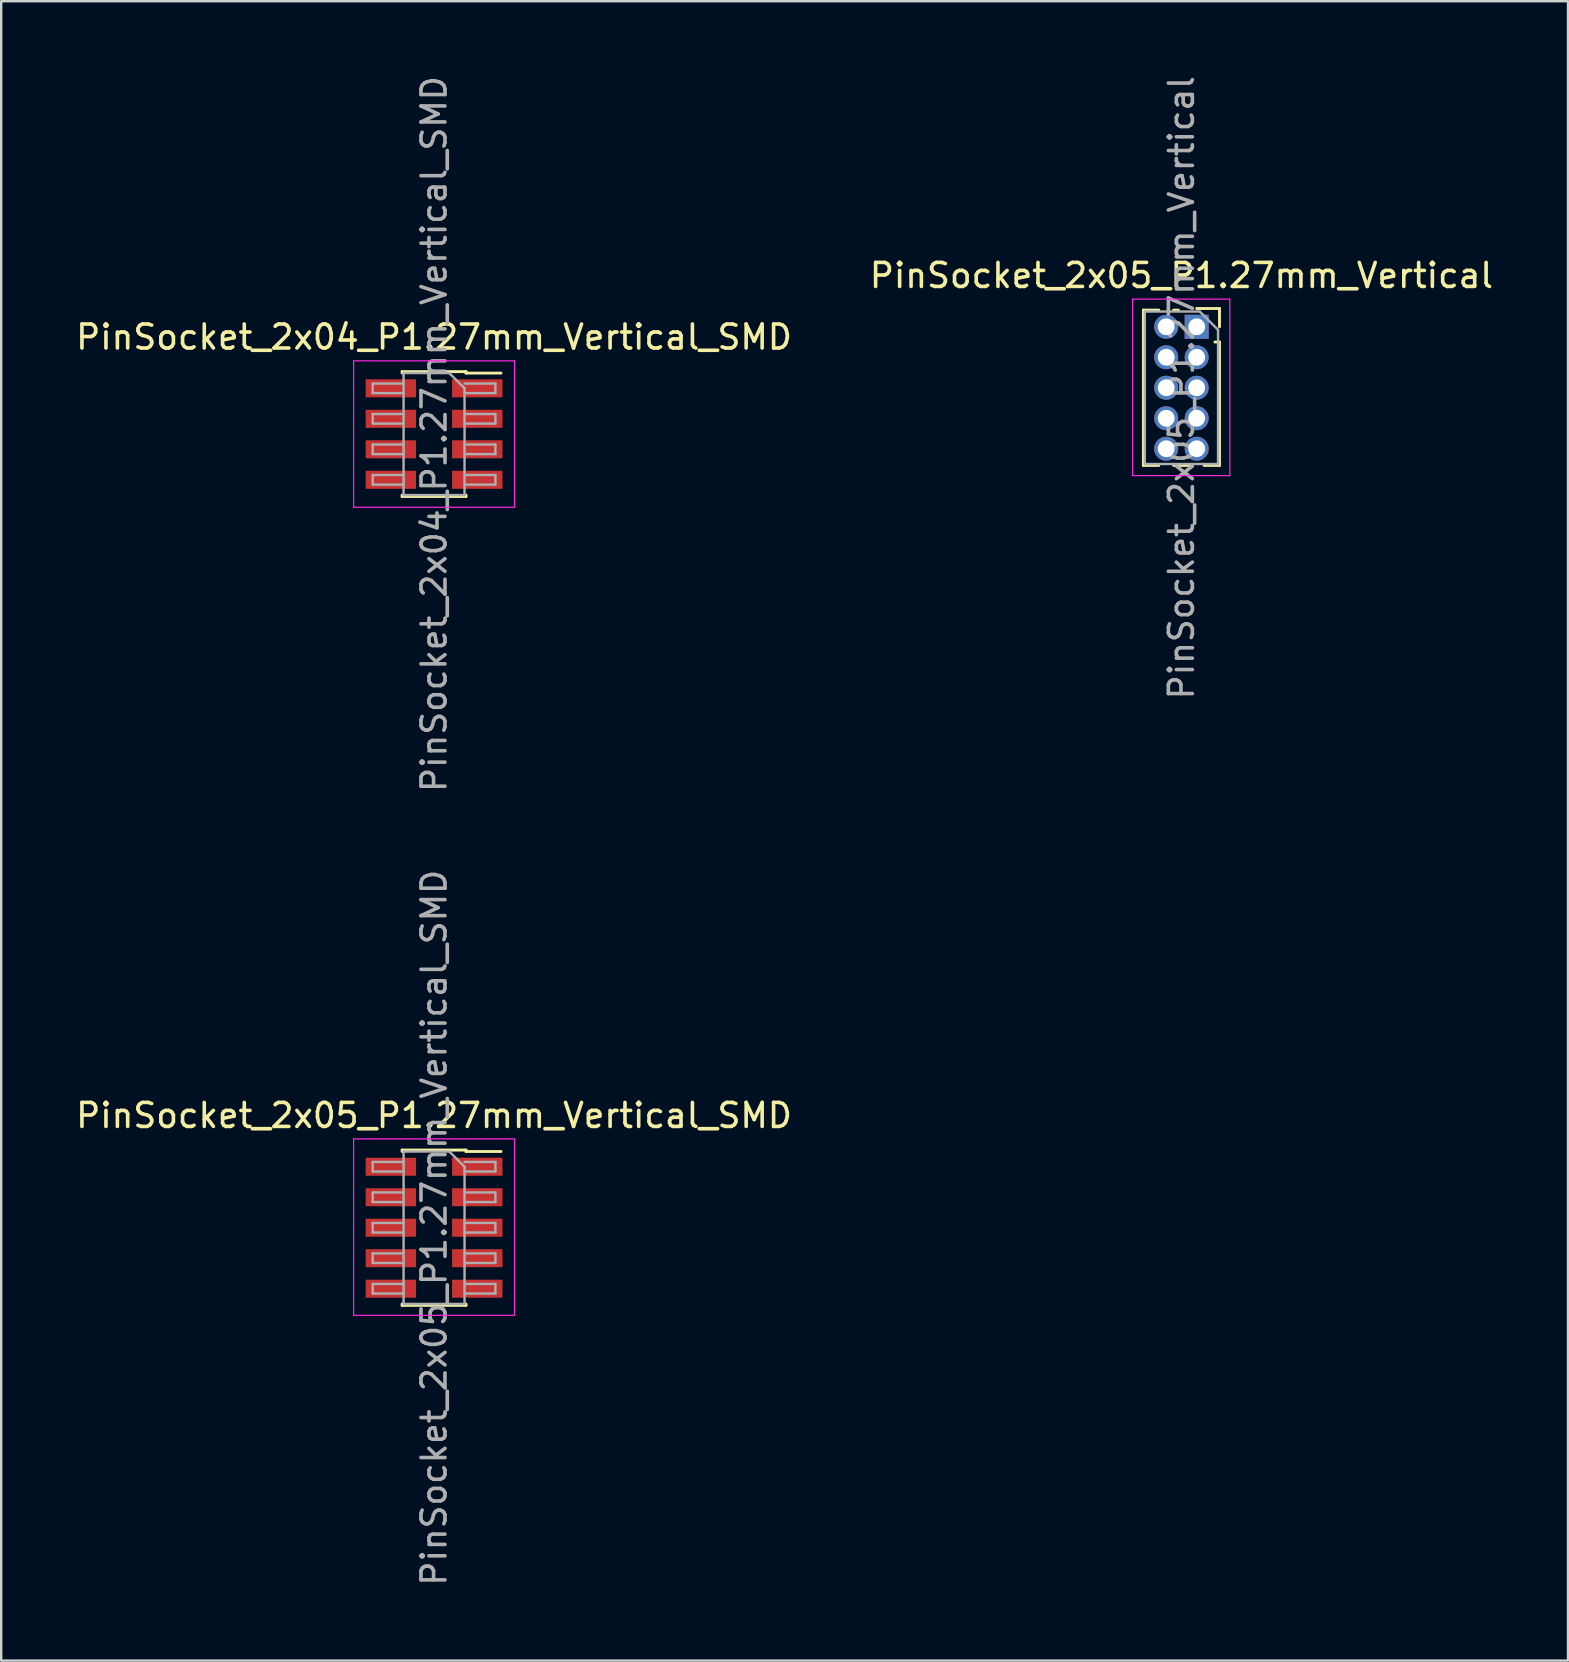
<source format=kicad_pcb>
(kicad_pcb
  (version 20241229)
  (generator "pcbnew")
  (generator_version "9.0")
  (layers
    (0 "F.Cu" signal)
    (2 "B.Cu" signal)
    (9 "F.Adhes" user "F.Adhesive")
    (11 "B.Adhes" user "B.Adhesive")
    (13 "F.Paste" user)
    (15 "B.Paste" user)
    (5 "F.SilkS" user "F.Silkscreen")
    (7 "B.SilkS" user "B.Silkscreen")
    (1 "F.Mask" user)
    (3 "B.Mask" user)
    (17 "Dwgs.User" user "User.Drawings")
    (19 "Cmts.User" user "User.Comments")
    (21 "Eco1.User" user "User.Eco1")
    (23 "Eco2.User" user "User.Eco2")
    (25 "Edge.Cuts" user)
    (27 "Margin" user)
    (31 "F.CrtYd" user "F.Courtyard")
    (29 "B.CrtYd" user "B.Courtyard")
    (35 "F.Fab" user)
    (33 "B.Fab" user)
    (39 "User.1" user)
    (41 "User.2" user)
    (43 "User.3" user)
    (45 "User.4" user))
  (footprint "PinSocket_2x04_P1.27mm_Vertical_SMD"
    (layer "F.Cu")
    (at 15.03 15.03)
    (property "Reference" "PinSocket_2x04_P1.27mm_Vertical_SMD" (at 0 -4.04 0) (layer "F.SilkS") (effects (font (size 1 1) (thickness 0.15))))
    (attr smd)
    (fp_line (start -1.33 -2.6) (end -1.33 -2.54) (stroke (width 0.12) (type solid)) (layer "F.SilkS"))
    (fp_line (start -1.33 -2.6) (end 1.33 -2.6) (stroke (width 0.12) (type solid)) (layer "F.SilkS"))
    (fp_line (start -1.33 2.54) (end -1.33 2.6) (stroke (width 0.12) (type solid)) (layer "F.SilkS"))
    (fp_line (start -1.33 2.6) (end 1.33 2.6) (stroke (width 0.12) (type solid)) (layer "F.SilkS"))
    (fp_line (start 1.33 -2.6) (end 1.33 -2.54) (stroke (width 0.12) (type solid)) (layer "F.SilkS"))
    (fp_line (start 1.33 -2.54) (end 2.79 -2.54) (stroke (width 0.12) (type solid)) (layer "F.SilkS"))
    (fp_line (start 1.33 2.54) (end 1.33 2.6) (stroke (width 0.12) (type solid)) (layer "F.SilkS"))
    (fp_line (start -3.35 -3.05) (end 3.35 -3.05) (stroke (width 0.05) (type solid)) (layer "F.CrtYd"))
    (fp_line (start -3.35 3.05) (end -3.35 -3.05) (stroke (width 0.05) (type solid)) (layer "F.CrtYd"))
    (fp_line (start 3.35 -3.05) (end 3.35 3.05) (stroke (width 0.05) (type solid)) (layer "F.CrtYd"))
    (fp_line (start 3.35 3.05) (end -3.35 3.05) (stroke (width 0.05) (type solid)) (layer "F.CrtYd"))
    (fp_line (start -2.555 -2.105) (end -1.27 -2.105) (stroke (width 0.1) (type solid)) (layer "F.Fab"))
    (fp_line (start -2.555 -1.705) (end -2.555 -2.105) (stroke (width 0.1) (type solid)) (layer "F.Fab"))
    (fp_line (start -2.555 -0.835) (end -1.27 -0.835) (stroke (width 0.1) (type solid)) (layer "F.Fab"))
    (fp_line (start -2.555 -0.435) (end -2.555 -0.835) (stroke (width 0.1) (type solid)) (layer "F.Fab"))
    (fp_line (start -2.555 0.435) (end -1.27 0.435) (stroke (width 0.1) (type solid)) (layer "F.Fab"))
    (fp_line (start -2.555 0.835) (end -2.555 0.435) (stroke (width 0.1) (type solid)) (layer "F.Fab"))
    (fp_line (start -2.555 1.705) (end -1.27 1.705) (stroke (width 0.1) (type solid)) (layer "F.Fab"))
    (fp_line (start -2.555 2.105) (end -2.555 1.705) (stroke (width 0.1) (type solid)) (layer "F.Fab"))
    (fp_line (start -1.27 -2.54) (end 0.635 -2.54) (stroke (width 0.1) (type solid)) (layer "F.Fab"))
    (fp_line (start -1.27 -1.705) (end -2.555 -1.705) (stroke (width 0.1) (type solid)) (layer "F.Fab"))
    (fp_line (start -1.27 -0.435) (end -2.555 -0.435) (stroke (width 0.1) (type solid)) (layer "F.Fab"))
    (fp_line (start -1.27 0.835) (end -2.555 0.835) (stroke (width 0.1) (type solid)) (layer "F.Fab"))
    (fp_line (start -1.27 2.105) (end -2.555 2.105) (stroke (width 0.1) (type solid)) (layer "F.Fab"))
    (fp_line (start -1.27 2.54) (end -1.27 -2.54) (stroke (width 0.1) (type solid)) (layer "F.Fab"))
    (fp_line (start 0.635 -2.54) (end 1.27 -1.905) (stroke (width 0.1) (type solid)) (layer "F.Fab"))
    (fp_line (start 1.27 -2.105) (end 2.555 -2.105) (stroke (width 0.1) (type solid)) (layer "F.Fab"))
    (fp_line (start 1.27 -1.905) (end 1.27 2.54) (stroke (width 0.1) (type solid)) (layer "F.Fab"))
    (fp_line (start 1.27 -0.835) (end 2.555 -0.835) (stroke (width 0.1) (type solid)) (layer "F.Fab"))
    (fp_line (start 1.27 0.435) (end 2.555 0.435) (stroke (width 0.1) (type solid)) (layer "F.Fab"))
    (fp_line (start 1.27 1.705) (end 2.555 1.705) (stroke (width 0.1) (type solid)) (layer "F.Fab"))
    (fp_line (start 1.27 2.54) (end -1.27 2.54) (stroke (width 0.1) (type solid)) (layer "F.Fab"))
    (fp_line (start 2.555 -2.105) (end 2.555 -1.705) (stroke (width 0.1) (type solid)) (layer "F.Fab"))
    (fp_line (start 2.555 -1.705) (end 1.27 -1.705) (stroke (width 0.1) (type solid)) (layer "F.Fab"))
    (fp_line (start 2.555 -0.835) (end 2.555 -0.435) (stroke (width 0.1) (type solid)) (layer "F.Fab"))
    (fp_line (start 2.555 -0.435) (end 1.27 -0.435) (stroke (width 0.1) (type solid)) (layer "F.Fab"))
    (fp_line (start 2.555 0.435) (end 2.555 0.835) (stroke (width 0.1) (type solid)) (layer "F.Fab"))
    (fp_line (start 2.555 0.835) (end 1.27 0.835) (stroke (width 0.1) (type solid)) (layer "F.Fab"))
    (fp_line (start 2.555 1.705) (end 2.555 2.105) (stroke (width 0.1) (type solid)) (layer "F.Fab"))
    (fp_line (start 2.555 2.105) (end 1.27 2.105) (stroke (width 0.1) (type solid)) (layer "F.Fab"))
    (fp_text user "${REFERENCE}" (at 0 0 90) (layer "F.Fab") (effects (font (size 1 1) (thickness 0.15))))
    (pad "1" smd rect (at 1.8 -1.905) (size 2.1 0.75) (layers "F.Cu" "F.Mask" "F.Paste"))
    (pad "2" smd rect (at -1.8 -1.905) (size 2.1 0.75) (layers "F.Cu" "F.Mask" "F.Paste"))
    (pad "3" smd rect (at 1.8 -0.635) (size 2.1 0.75) (layers "F.Cu" "F.Mask" "F.Paste"))
    (pad "4" smd rect (at -1.8 -0.635) (size 2.1 0.75) (layers "F.Cu" "F.Mask" "F.Paste"))
    (pad "5" smd rect (at 1.8 0.635) (size 2.1 0.75) (layers "F.Cu" "F.Mask" "F.Paste"))
    (pad "6" smd rect (at -1.8 0.635) (size 2.1 0.75) (layers "F.Cu" "F.Mask" "F.Paste"))
    (pad "7" smd rect (at 1.8 1.905) (size 2.1 0.75) (layers "F.Cu" "F.Mask" "F.Paste"))
    (pad "8" smd rect (at -1.8 1.905) (size 2.1 0.75) (layers "F.Cu" "F.Mask" "F.Paste")))
  (footprint "PinSocket_2x05_P1.27mm_Vertical_SMD"
    (layer "F.Cu")
    (at 15.03 48.089)
    (property "Reference" "PinSocket_2x05_P1.27mm_Vertical_SMD" (at 0 -4.675 0) (layer "F.SilkS") (effects (font (size 1 1) (thickness 0.15))))
    (attr smd)
    (fp_line (start -1.33 -3.235) (end -1.33 -3.175) (stroke (width 0.12) (type solid)) (layer "F.SilkS"))
    (fp_line (start -1.33 -3.235) (end 1.33 -3.235) (stroke (width 0.12) (type solid)) (layer "F.SilkS"))
    (fp_line (start -1.33 3.175) (end -1.33 3.235) (stroke (width 0.12) (type solid)) (layer "F.SilkS"))
    (fp_line (start -1.33 3.235) (end 1.33 3.235) (stroke (width 0.12) (type solid)) (layer "F.SilkS"))
    (fp_line (start 1.33 -3.235) (end 1.33 -3.175) (stroke (width 0.12) (type solid)) (layer "F.SilkS"))
    (fp_line (start 1.33 -3.175) (end 2.79 -3.175) (stroke (width 0.12) (type solid)) (layer "F.SilkS"))
    (fp_line (start 1.33 3.175) (end 1.33 3.235) (stroke (width 0.12) (type solid)) (layer "F.SilkS"))
    (fp_line (start -3.35 -3.7) (end 3.35 -3.7) (stroke (width 0.05) (type solid)) (layer "F.CrtYd"))
    (fp_line (start -3.35 3.65) (end -3.35 -3.7) (stroke (width 0.05) (type solid)) (layer "F.CrtYd"))
    (fp_line (start 3.35 -3.7) (end 3.35 3.65) (stroke (width 0.05) (type solid)) (layer "F.CrtYd"))
    (fp_line (start 3.35 3.65) (end -3.35 3.65) (stroke (width 0.05) (type solid)) (layer "F.CrtYd"))
    (fp_line (start -2.555 -2.74) (end -1.27 -2.74) (stroke (width 0.1) (type solid)) (layer "F.Fab"))
    (fp_line (start -2.555 -2.34) (end -2.555 -2.74) (stroke (width 0.1) (type solid)) (layer "F.Fab"))
    (fp_line (start -2.555 -1.47) (end -1.27 -1.47) (stroke (width 0.1) (type solid)) (layer "F.Fab"))
    (fp_line (start -2.555 -1.07) (end -2.555 -1.47) (stroke (width 0.1) (type solid)) (layer "F.Fab"))
    (fp_line (start -2.555 -0.2) (end -1.27 -0.2) (stroke (width 0.1) (type solid)) (layer "F.Fab"))
    (fp_line (start -2.555 0.2) (end -2.555 -0.2) (stroke (width 0.1) (type solid)) (layer "F.Fab"))
    (fp_line (start -2.555 1.07) (end -1.27 1.07) (stroke (width 0.1) (type solid)) (layer "F.Fab"))
    (fp_line (start -2.555 1.47) (end -2.555 1.07) (stroke (width 0.1) (type solid)) (layer "F.Fab"))
    (fp_line (start -2.555 2.34) (end -1.27 2.34) (stroke (width 0.1) (type solid)) (layer "F.Fab"))
    (fp_line (start -2.555 2.74) (end -2.555 2.34) (stroke (width 0.1) (type solid)) (layer "F.Fab"))
    (fp_line (start -1.27 -3.175) (end 0.635 -3.175) (stroke (width 0.1) (type solid)) (layer "F.Fab"))
    (fp_line (start -1.27 -2.34) (end -2.555 -2.34) (stroke (width 0.1) (type solid)) (layer "F.Fab"))
    (fp_line (start -1.27 -1.07) (end -2.555 -1.07) (stroke (width 0.1) (type solid)) (layer "F.Fab"))
    (fp_line (start -1.27 0.2) (end -2.555 0.2) (stroke (width 0.1) (type solid)) (layer "F.Fab"))
    (fp_line (start -1.27 1.47) (end -2.555 1.47) (stroke (width 0.1) (type solid)) (layer "F.Fab"))
    (fp_line (start -1.27 2.74) (end -2.555 2.74) (stroke (width 0.1) (type solid)) (layer "F.Fab"))
    (fp_line (start -1.27 3.175) (end -1.27 -3.175) (stroke (width 0.1) (type solid)) (layer "F.Fab"))
    (fp_line (start 0.635 -3.175) (end 1.27 -2.54) (stroke (width 0.1) (type solid)) (layer "F.Fab"))
    (fp_line (start 1.27 -2.74) (end 2.555 -2.74) (stroke (width 0.1) (type solid)) (layer "F.Fab"))
    (fp_line (start 1.27 -2.54) (end 1.27 3.175) (stroke (width 0.1) (type solid)) (layer "F.Fab"))
    (fp_line (start 1.27 -1.47) (end 2.555 -1.47) (stroke (width 0.1) (type solid)) (layer "F.Fab"))
    (fp_line (start 1.27 -0.2) (end 2.555 -0.2) (stroke (width 0.1) (type solid)) (layer "F.Fab"))
    (fp_line (start 1.27 1.07) (end 2.555 1.07) (stroke (width 0.1) (type solid)) (layer "F.Fab"))
    (fp_line (start 1.27 2.34) (end 2.555 2.34) (stroke (width 0.1) (type solid)) (layer "F.Fab"))
    (fp_line (start 1.27 3.175) (end -1.27 3.175) (stroke (width 0.1) (type solid)) (layer "F.Fab"))
    (fp_line (start 2.555 -2.74) (end 2.555 -2.34) (stroke (width 0.1) (type solid)) (layer "F.Fab"))
    (fp_line (start 2.555 -2.34) (end 1.27 -2.34) (stroke (width 0.1) (type solid)) (layer "F.Fab"))
    (fp_line (start 2.555 -1.47) (end 2.555 -1.07) (stroke (width 0.1) (type solid)) (layer "F.Fab"))
    (fp_line (start 2.555 -1.07) (end 1.27 -1.07) (stroke (width 0.1) (type solid)) (layer "F.Fab"))
    (fp_line (start 2.555 -0.2) (end 2.555 0.2) (stroke (width 0.1) (type solid)) (layer "F.Fab"))
    (fp_line (start 2.555 0.2) (end 1.27 0.2) (stroke (width 0.1) (type solid)) (layer "F.Fab"))
    (fp_line (start 2.555 1.07) (end 2.555 1.47) (stroke (width 0.1) (type solid)) (layer "F.Fab"))
    (fp_line (start 2.555 1.47) (end 1.27 1.47) (stroke (width 0.1) (type solid)) (layer "F.Fab"))
    (fp_line (start 2.555 2.34) (end 2.555 2.74) (stroke (width 0.1) (type solid)) (layer "F.Fab"))
    (fp_line (start 2.555 2.74) (end 1.27 2.74) (stroke (width 0.1) (type solid)) (layer "F.Fab"))
    (fp_text user "${REFERENCE}" (at 0 0 90) (layer "F.Fab") (effects (font (size 1 1) (thickness 0.15))))
    (pad "1" smd rect (at 1.8 -2.54) (size 2.1 0.75) (layers "F.Cu" "F.Mask" "F.Paste"))
    (pad "2" smd rect (at -1.8 -2.54) (size 2.1 0.75) (layers "F.Cu" "F.Mask" "F.Paste"))
    (pad "3" smd rect (at 1.8 -1.27) (size 2.1 0.75) (layers "F.Cu" "F.Mask" "F.Paste"))
    (pad "4" smd rect (at -1.8 -1.27) (size 2.1 0.75) (layers "F.Cu" "F.Mask" "F.Paste"))
    (pad "5" smd rect (at 1.8 0) (size 2.1 0.75) (layers "F.Cu" "F.Mask" "F.Paste"))
    (pad "6" smd rect (at -1.8 0) (size 2.1 0.75) (layers "F.Cu" "F.Mask" "F.Paste"))
    (pad "7" smd rect (at 1.8 1.27) (size 2.1 0.75) (layers "F.Cu" "F.Mask" "F.Paste"))
    (pad "8" smd rect (at -1.8 1.27) (size 2.1 0.75) (layers "F.Cu" "F.Mask" "F.Paste"))
    (pad "9" smd rect (at 1.8 2.54) (size 2.1 0.75) (layers "F.Cu" "F.Mask" "F.Paste"))
    (pad "10" smd rect (at -1.8 2.54) (size 2.1 0.75) (layers "F.Cu" "F.Mask" "F.Paste")))
  (footprint "PinSocket_2x05_P1.27mm_Vertical"
    (layer "F.Cu")
    (at 46.796 10.561)
    (property "Reference" "PinSocket_2x05_P1.27mm_Vertical" (at -0.635 -2.135 0) (layer "F.SilkS") (effects (font (size 1 1) (thickness 0.15))))
    (attr through_hole)
    (fp_line (start -2.22 -0.695) (end -2.22 5.775) (stroke (width 0.12) (type solid)) (layer "F.SilkS"))
    (fp_line (start -2.22 -0.695) (end -1.578 -0.695) (stroke (width 0.12) (type solid)) (layer "F.SilkS"))
    (fp_line (start -2.22 5.775) (end -1.578 5.775) (stroke (width 0.12) (type solid)) (layer "F.SilkS"))
    (fp_line (start -0.962 -0.695) (end -0.76 -0.695) (stroke (width 0.12) (type solid)) (layer "F.SilkS"))
    (fp_line (start -0.962 5.775) (end -0.308 5.775) (stroke (width 0.12) (type solid)) (layer "F.SilkS"))
    (fp_line (start 0 -0.76) (end 0.95 -0.76) (stroke (width 0.12) (type solid)) (layer "F.SilkS"))
    (fp_line (start 0.308 5.775) (end 0.95 5.775) (stroke (width 0.12) (type solid)) (layer "F.SilkS"))
    (fp_line (start 0.76 0.635) (end 0.95 0.635) (stroke (width 0.12) (type solid)) (layer "F.SilkS"))
    (fp_line (start 0.95 -0.76) (end 0.95 0) (stroke (width 0.12) (type solid)) (layer "F.SilkS"))
    (fp_line (start 0.95 0.635) (end 0.95 5.775) (stroke (width 0.12) (type solid)) (layer "F.SilkS"))
    (fp_line (start -2.67 -1.15) (end 1.38 -1.15) (stroke (width 0.05) (type solid)) (layer "F.CrtYd"))
    (fp_line (start -2.67 6.2) (end -2.67 -1.15) (stroke (width 0.05) (type solid)) (layer "F.CrtYd"))
    (fp_line (start 1.38 -1.15) (end 1.38 6.2) (stroke (width 0.05) (type solid)) (layer "F.CrtYd"))
    (fp_line (start 1.38 6.2) (end -2.67 6.2) (stroke (width 0.05) (type solid)) (layer "F.CrtYd"))
    (fp_line (start -2.16 -0.635) (end 0.128 -0.635) (stroke (width 0.1) (type solid)) (layer "F.Fab"))
    (fp_line (start -2.16 5.715) (end -2.16 -0.635) (stroke (width 0.1) (type solid)) (layer "F.Fab"))
    (fp_line (start 0.128 -0.635) (end 0.89 0.128) (stroke (width 0.1) (type solid)) (layer "F.Fab"))
    (fp_line (start 0.89 0.128) (end 0.89 5.715) (stroke (width 0.1) (type solid)) (layer "F.Fab"))
    (fp_line (start 0.89 5.715) (end -2.16 5.715) (stroke (width 0.1) (type solid)) (layer "F.Fab"))
    (fp_text user "${REFERENCE}" (at -0.635 2.54 90) (layer "F.Fab") (effects (font (size 1 1) (thickness 0.15))))
    (pad "1" thru_hole rect (at 0 0) (size 1 1) (drill 0.7) (layers "*.Cu" "*.Mask"))
    (pad "2" thru_hole oval (at -1.27 0) (size 1 1) (drill 0.7) (layers "*.Cu" "*.Mask"))
    (pad "3" thru_hole oval (at 0 1.27) (size 1 1) (drill 0.7) (layers "*.Cu" "*.Mask"))
    (pad "4" thru_hole oval (at -1.27 1.27) (size 1 1) (drill 0.7) (layers "*.Cu" "*.Mask"))
    (pad "5" thru_hole oval (at 0 2.54) (size 1 1) (drill 0.7) (layers "*.Cu" "*.Mask"))
    (pad "6" thru_hole oval (at -1.27 2.54) (size 1 1) (drill 0.7) (layers "*.Cu" "*.Mask"))
    (pad "7" thru_hole oval (at 0 3.81) (size 1 1) (drill 0.7) (layers "*.Cu" "*.Mask"))
    (pad "8" thru_hole oval (at -1.27 3.81) (size 1 1) (drill 0.7) (layers "*.Cu" "*.Mask"))
    (pad "9" thru_hole oval (at 0 5.08) (size 1 1) (drill 0.7) (layers "*.Cu" "*.Mask"))
    (pad "10" thru_hole oval (at -1.27 5.08) (size 1 1) (drill 0.7) (layers "*.Cu" "*.Mask")))
  (gr_rect
    (start -3 -3)
    (end 62.262 66.119)
    (stroke (width 0.1) (type default))
    (fill no)
    (layer "Edge.Cuts")))
</source>
